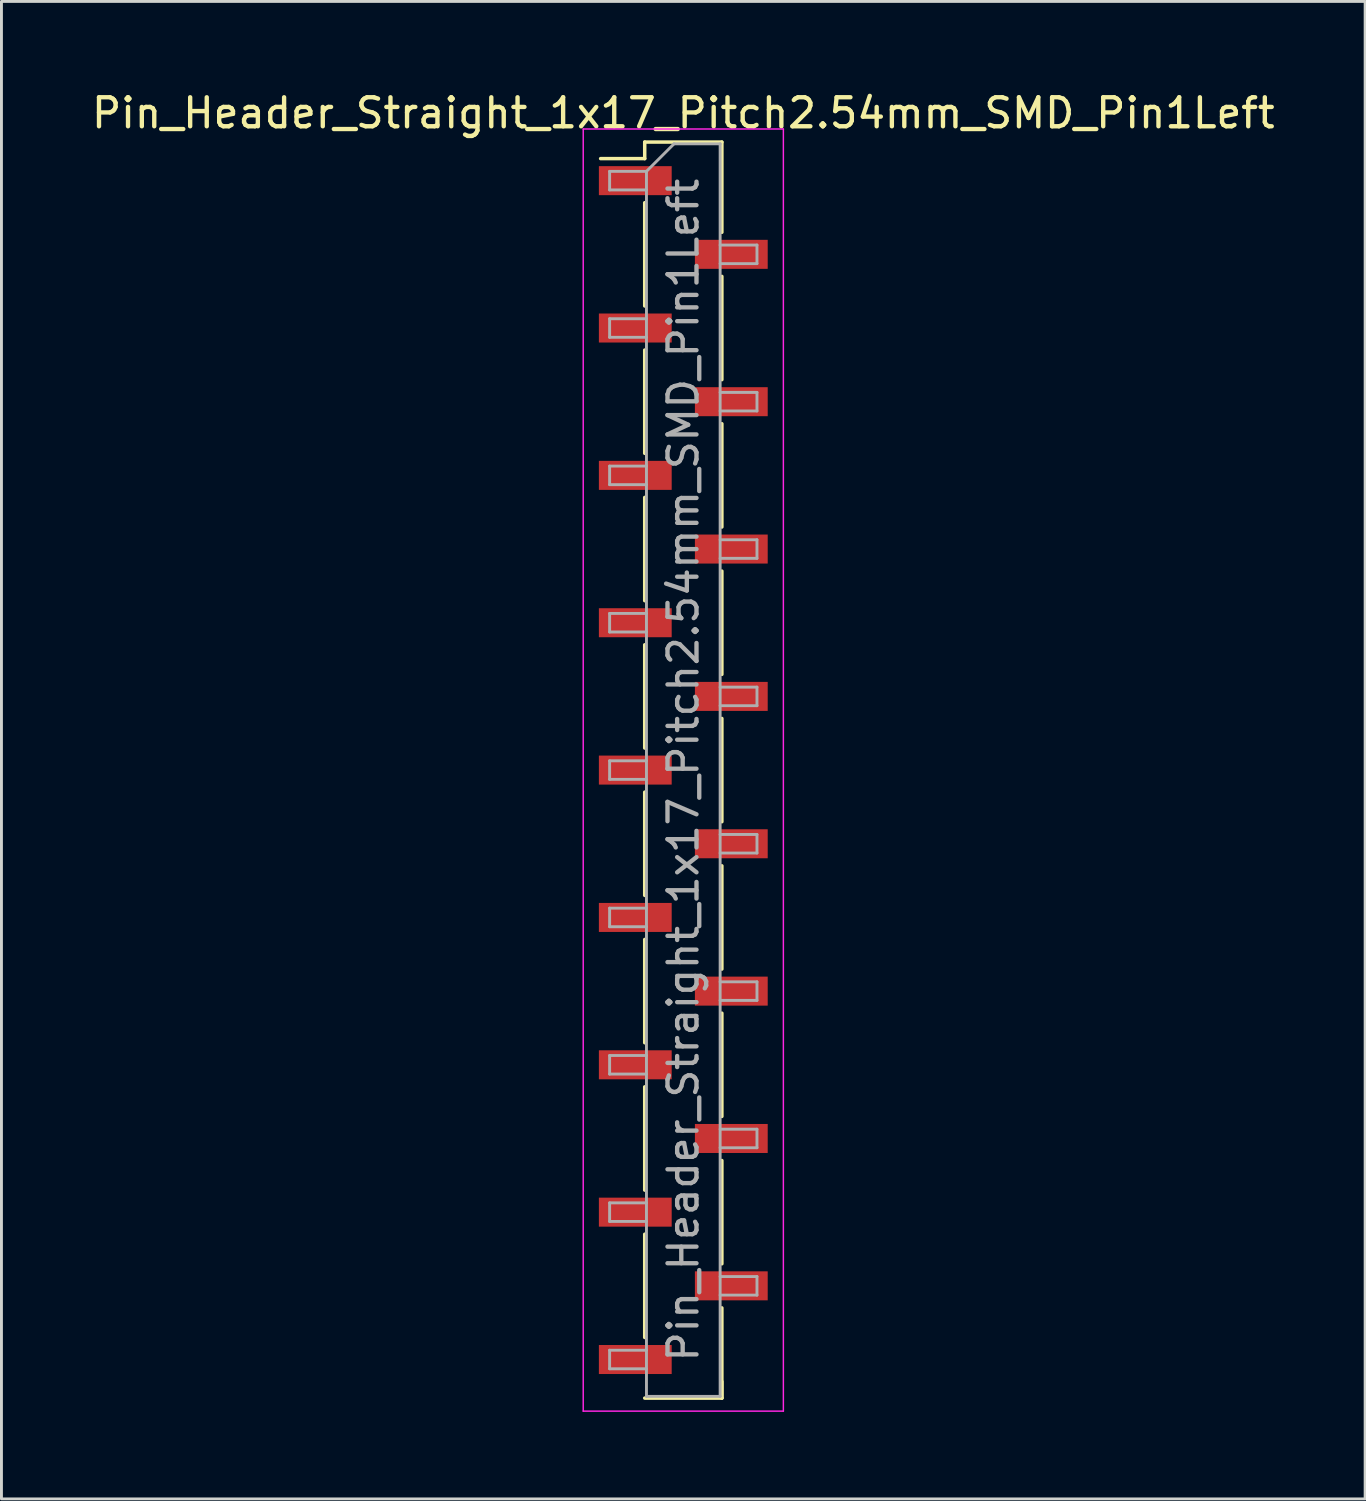
<source format=kicad_pcb>
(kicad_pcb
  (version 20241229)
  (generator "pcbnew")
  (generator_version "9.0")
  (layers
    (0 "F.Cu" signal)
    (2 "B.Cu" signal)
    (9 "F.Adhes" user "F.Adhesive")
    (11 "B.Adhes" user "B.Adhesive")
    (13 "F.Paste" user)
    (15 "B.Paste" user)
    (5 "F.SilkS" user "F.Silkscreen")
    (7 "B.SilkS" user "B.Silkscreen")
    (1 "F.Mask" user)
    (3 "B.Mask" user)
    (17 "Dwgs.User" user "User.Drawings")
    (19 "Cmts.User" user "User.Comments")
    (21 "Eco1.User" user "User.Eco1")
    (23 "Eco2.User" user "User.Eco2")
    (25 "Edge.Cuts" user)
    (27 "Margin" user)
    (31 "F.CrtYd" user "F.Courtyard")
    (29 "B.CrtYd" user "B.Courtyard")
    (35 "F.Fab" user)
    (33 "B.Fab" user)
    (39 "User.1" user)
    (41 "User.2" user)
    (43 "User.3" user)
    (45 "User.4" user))
  (footprint "Pin_Header_Straight_1x17_Pitch2.54mm_SMD_Pin1Left"
    (layer "F.Cu")
    (at 20.506 23.498)
    (property "Reference" "Pin_Header_Straight_1x17_Pitch2.54mm_SMD_Pin1Left" (at 0 -22.65 0) (layer "F.SilkS") (effects (font (size 1 1) (thickness 0.15))))
    (attr smd)
    (fp_line (start -1.33 -21.65) (end -1.33 -21.08) (stroke (width 0.12) (type solid)) (layer "F.SilkS"))
    (fp_line (start -1.33 -21.65) (end 1.33 -21.65) (stroke (width 0.12) (type solid)) (layer "F.SilkS"))
    (fp_line (start -1.33 -21.08) (end -2.85 -21.08) (stroke (width 0.12) (type solid)) (layer "F.SilkS"))
    (fp_line (start -1.33 -19.56) (end -1.33 -16) (stroke (width 0.12) (type solid)) (layer "F.SilkS"))
    (fp_line (start -1.33 -14.48) (end -1.33 -10.92) (stroke (width 0.12) (type solid)) (layer "F.SilkS"))
    (fp_line (start -1.33 -9.4) (end -1.33 -5.84) (stroke (width 0.12) (type solid)) (layer "F.SilkS"))
    (fp_line (start -1.33 -4.32) (end -1.33 -0.76) (stroke (width 0.12) (type solid)) (layer "F.SilkS"))
    (fp_line (start -1.33 0.76) (end -1.33 4.32) (stroke (width 0.12) (type solid)) (layer "F.SilkS"))
    (fp_line (start -1.33 5.84) (end -1.33 9.4) (stroke (width 0.12) (type solid)) (layer "F.SilkS"))
    (fp_line (start -1.33 10.92) (end -1.33 14.48) (stroke (width 0.12) (type solid)) (layer "F.SilkS"))
    (fp_line (start -1.33 16) (end -1.33 19.56) (stroke (width 0.12) (type solid)) (layer "F.SilkS"))
    (fp_line (start -1.33 21.65) (end 1.33 21.65) (stroke (width 0.12) (type solid)) (layer "F.SilkS"))
    (fp_line (start 1.33 -21.65) (end 1.33 -18.54) (stroke (width 0.12) (type solid)) (layer "F.SilkS"))
    (fp_line (start 1.33 -17.02) (end 1.33 -13.46) (stroke (width 0.12) (type solid)) (layer "F.SilkS"))
    (fp_line (start 1.33 -11.94) (end 1.33 -8.38) (stroke (width 0.12) (type solid)) (layer "F.SilkS"))
    (fp_line (start 1.33 -6.86) (end 1.33 -3.3) (stroke (width 0.12) (type solid)) (layer "F.SilkS"))
    (fp_line (start 1.33 -1.78) (end 1.33 1.78) (stroke (width 0.12) (type solid)) (layer "F.SilkS"))
    (fp_line (start 1.33 3.3) (end 1.33 6.86) (stroke (width 0.12) (type solid)) (layer "F.SilkS"))
    (fp_line (start 1.33 8.38) (end 1.33 11.94) (stroke (width 0.12) (type solid)) (layer "F.SilkS"))
    (fp_line (start 1.33 13.46) (end 1.33 17.02) (stroke (width 0.12) (type solid)) (layer "F.SilkS"))
    (fp_line (start 1.33 18.54) (end 1.33 21.65) (stroke (width 0.12) (type solid)) (layer "F.SilkS"))
    (fp_line (start 1.33 21.08) (end 1.33 21.65) (stroke (width 0.12) (type solid)) (layer "F.SilkS"))
    (fp_line (start -3.45 -22.1) (end -3.45 22.1) (stroke (width 0.05) (type solid)) (layer "F.CrtYd"))
    (fp_line (start -3.45 22.1) (end 3.45 22.1) (stroke (width 0.05) (type solid)) (layer "F.CrtYd"))
    (fp_line (start 3.45 -22.1) (end -3.45 -22.1) (stroke (width 0.05) (type solid)) (layer "F.CrtYd"))
    (fp_line (start 3.45 22.1) (end 3.45 -22.1) (stroke (width 0.05) (type solid)) (layer "F.CrtYd"))
    (fp_line (start -2.54 -20.64) (end -2.54 -20) (stroke (width 0.1) (type solid)) (layer "F.Fab"))
    (fp_line (start -2.54 -20) (end -1.27 -20) (stroke (width 0.1) (type solid)) (layer "F.Fab"))
    (fp_line (start -2.54 -15.56) (end -2.54 -14.92) (stroke (width 0.1) (type solid)) (layer "F.Fab"))
    (fp_line (start -2.54 -14.92) (end -1.27 -14.92) (stroke (width 0.1) (type solid)) (layer "F.Fab"))
    (fp_line (start -2.54 -10.48) (end -2.54 -9.84) (stroke (width 0.1) (type solid)) (layer "F.Fab"))
    (fp_line (start -2.54 -9.84) (end -1.27 -9.84) (stroke (width 0.1) (type solid)) (layer "F.Fab"))
    (fp_line (start -2.54 -5.4) (end -2.54 -4.76) (stroke (width 0.1) (type solid)) (layer "F.Fab"))
    (fp_line (start -2.54 -4.76) (end -1.27 -4.76) (stroke (width 0.1) (type solid)) (layer "F.Fab"))
    (fp_line (start -2.54 -0.32) (end -2.54 0.32) (stroke (width 0.1) (type solid)) (layer "F.Fab"))
    (fp_line (start -2.54 0.32) (end -1.27 0.32) (stroke (width 0.1) (type solid)) (layer "F.Fab"))
    (fp_line (start -2.54 4.76) (end -2.54 5.4) (stroke (width 0.1) (type solid)) (layer "F.Fab"))
    (fp_line (start -2.54 5.4) (end -1.27 5.4) (stroke (width 0.1) (type solid)) (layer "F.Fab"))
    (fp_line (start -2.54 9.84) (end -2.54 10.48) (stroke (width 0.1) (type solid)) (layer "F.Fab"))
    (fp_line (start -2.54 10.48) (end -1.27 10.48) (stroke (width 0.1) (type solid)) (layer "F.Fab"))
    (fp_line (start -2.54 14.92) (end -2.54 15.56) (stroke (width 0.1) (type solid)) (layer "F.Fab"))
    (fp_line (start -2.54 15.56) (end -1.27 15.56) (stroke (width 0.1) (type solid)) (layer "F.Fab"))
    (fp_line (start -2.54 20) (end -2.54 20.64) (stroke (width 0.1) (type solid)) (layer "F.Fab"))
    (fp_line (start -2.54 20.64) (end -1.27 20.64) (stroke (width 0.1) (type solid)) (layer "F.Fab"))
    (fp_line (start -1.27 -20.64) (end -2.54 -20.64) (stroke (width 0.1) (type solid)) (layer "F.Fab"))
    (fp_line (start -1.27 -20.64) (end -0.32 -21.59) (stroke (width 0.1) (type solid)) (layer "F.Fab"))
    (fp_line (start -1.27 -15.56) (end -2.54 -15.56) (stroke (width 0.1) (type solid)) (layer "F.Fab"))
    (fp_line (start -1.27 -10.48) (end -2.54 -10.48) (stroke (width 0.1) (type solid)) (layer "F.Fab"))
    (fp_line (start -1.27 -5.4) (end -2.54 -5.4) (stroke (width 0.1) (type solid)) (layer "F.Fab"))
    (fp_line (start -1.27 -0.32) (end -2.54 -0.32) (stroke (width 0.1) (type solid)) (layer "F.Fab"))
    (fp_line (start -1.27 4.76) (end -2.54 4.76) (stroke (width 0.1) (type solid)) (layer "F.Fab"))
    (fp_line (start -1.27 9.84) (end -2.54 9.84) (stroke (width 0.1) (type solid)) (layer "F.Fab"))
    (fp_line (start -1.27 14.92) (end -2.54 14.92) (stroke (width 0.1) (type solid)) (layer "F.Fab"))
    (fp_line (start -1.27 20) (end -2.54 20) (stroke (width 0.1) (type solid)) (layer "F.Fab"))
    (fp_line (start -1.27 21.59) (end -1.27 -20.64) (stroke (width 0.1) (type solid)) (layer "F.Fab"))
    (fp_line (start -0.32 -21.59) (end 1.27 -21.59) (stroke (width 0.1) (type solid)) (layer "F.Fab"))
    (fp_line (start 1.27 -21.59) (end 1.27 21.59) (stroke (width 0.1) (type solid)) (layer "F.Fab"))
    (fp_line (start 1.27 -18.1) (end 2.54 -18.1) (stroke (width 0.1) (type solid)) (layer "F.Fab"))
    (fp_line (start 1.27 -13.02) (end 2.54 -13.02) (stroke (width 0.1) (type solid)) (layer "F.Fab"))
    (fp_line (start 1.27 -7.94) (end 2.54 -7.94) (stroke (width 0.1) (type solid)) (layer "F.Fab"))
    (fp_line (start 1.27 -2.86) (end 2.54 -2.86) (stroke (width 0.1) (type solid)) (layer "F.Fab"))
    (fp_line (start 1.27 2.22) (end 2.54 2.22) (stroke (width 0.1) (type solid)) (layer "F.Fab"))
    (fp_line (start 1.27 7.3) (end 2.54 7.3) (stroke (width 0.1) (type solid)) (layer "F.Fab"))
    (fp_line (start 1.27 12.38) (end 2.54 12.38) (stroke (width 0.1) (type solid)) (layer "F.Fab"))
    (fp_line (start 1.27 17.46) (end 2.54 17.46) (stroke (width 0.1) (type solid)) (layer "F.Fab"))
    (fp_line (start 1.27 21.59) (end -1.27 21.59) (stroke (width 0.1) (type solid)) (layer "F.Fab"))
    (fp_line (start 2.54 -18.1) (end 2.54 -17.46) (stroke (width 0.1) (type solid)) (layer "F.Fab"))
    (fp_line (start 2.54 -17.46) (end 1.27 -17.46) (stroke (width 0.1) (type solid)) (layer "F.Fab"))
    (fp_line (start 2.54 -13.02) (end 2.54 -12.38) (stroke (width 0.1) (type solid)) (layer "F.Fab"))
    (fp_line (start 2.54 -12.38) (end 1.27 -12.38) (stroke (width 0.1) (type solid)) (layer "F.Fab"))
    (fp_line (start 2.54 -7.94) (end 2.54 -7.3) (stroke (width 0.1) (type solid)) (layer "F.Fab"))
    (fp_line (start 2.54 -7.3) (end 1.27 -7.3) (stroke (width 0.1) (type solid)) (layer "F.Fab"))
    (fp_line (start 2.54 -2.86) (end 2.54 -2.22) (stroke (width 0.1) (type solid)) (layer "F.Fab"))
    (fp_line (start 2.54 -2.22) (end 1.27 -2.22) (stroke (width 0.1) (type solid)) (layer "F.Fab"))
    (fp_line (start 2.54 2.22) (end 2.54 2.86) (stroke (width 0.1) (type solid)) (layer "F.Fab"))
    (fp_line (start 2.54 2.86) (end 1.27 2.86) (stroke (width 0.1) (type solid)) (layer "F.Fab"))
    (fp_line (start 2.54 7.3) (end 2.54 7.94) (stroke (width 0.1) (type solid)) (layer "F.Fab"))
    (fp_line (start 2.54 7.94) (end 1.27 7.94) (stroke (width 0.1) (type solid)) (layer "F.Fab"))
    (fp_line (start 2.54 12.38) (end 2.54 13.02) (stroke (width 0.1) (type solid)) (layer "F.Fab"))
    (fp_line (start 2.54 13.02) (end 1.27 13.02) (stroke (width 0.1) (type solid)) (layer "F.Fab"))
    (fp_line (start 2.54 17.46) (end 2.54 18.1) (stroke (width 0.1) (type solid)) (layer "F.Fab"))
    (fp_line (start 2.54 18.1) (end 1.27 18.1) (stroke (width 0.1) (type solid)) (layer "F.Fab"))
    (fp_text user "${REFERENCE}" (at 0 0 90) (layer "F.Fab") (effects (font (size 1 1) (thickness 0.15))))
    (pad "1" smd rect (at -1.655 -20.32) (size 2.51 1) (layers "F.Cu" "F.Mask" "F.Paste"))
    (pad "2" smd rect (at 1.655 -17.78) (size 2.51 1) (layers "F.Cu" "F.Mask" "F.Paste"))
    (pad "3" smd rect (at -1.655 -15.24) (size 2.51 1) (layers "F.Cu" "F.Mask" "F.Paste"))
    (pad "4" smd rect (at 1.655 -12.7) (size 2.51 1) (layers "F.Cu" "F.Mask" "F.Paste"))
    (pad "5" smd rect (at -1.655 -10.16) (size 2.51 1) (layers "F.Cu" "F.Mask" "F.Paste"))
    (pad "6" smd rect (at 1.655 -7.62) (size 2.51 1) (layers "F.Cu" "F.Mask" "F.Paste"))
    (pad "7" smd rect (at -1.655 -5.08) (size 2.51 1) (layers "F.Cu" "F.Mask" "F.Paste"))
    (pad "8" smd rect (at 1.655 -2.54) (size 2.51 1) (layers "F.Cu" "F.Mask" "F.Paste"))
    (pad "9" smd rect (at -1.655 0) (size 2.51 1) (layers "F.Cu" "F.Mask" "F.Paste"))
    (pad "10" smd rect (at 1.655 2.54) (size 2.51 1) (layers "F.Cu" "F.Mask" "F.Paste"))
    (pad "11" smd rect (at -1.655 5.08) (size 2.51 1) (layers "F.Cu" "F.Mask" "F.Paste"))
    (pad "12" smd rect (at 1.655 7.62) (size 2.51 1) (layers "F.Cu" "F.Mask" "F.Paste"))
    (pad "13" smd rect (at -1.655 10.16) (size 2.51 1) (layers "F.Cu" "F.Mask" "F.Paste"))
    (pad "14" smd rect (at 1.655 12.7) (size 2.51 1) (layers "F.Cu" "F.Mask" "F.Paste"))
    (pad "15" smd rect (at -1.655 15.24) (size 2.51 1) (layers "F.Cu" "F.Mask" "F.Paste"))
    (pad "16" smd rect (at 1.655 17.78) (size 2.51 1) (layers "F.Cu" "F.Mask" "F.Paste"))
    (pad "17" smd rect (at -1.655 20.32) (size 2.51 1) (layers "F.Cu" "F.Mask" "F.Paste")))
  (gr_rect
    (start -3 -3)
    (end 44.012 48.623)
    (stroke (width 0.1) (type default))
    (fill no)
    (layer "Edge.Cuts")))
</source>
